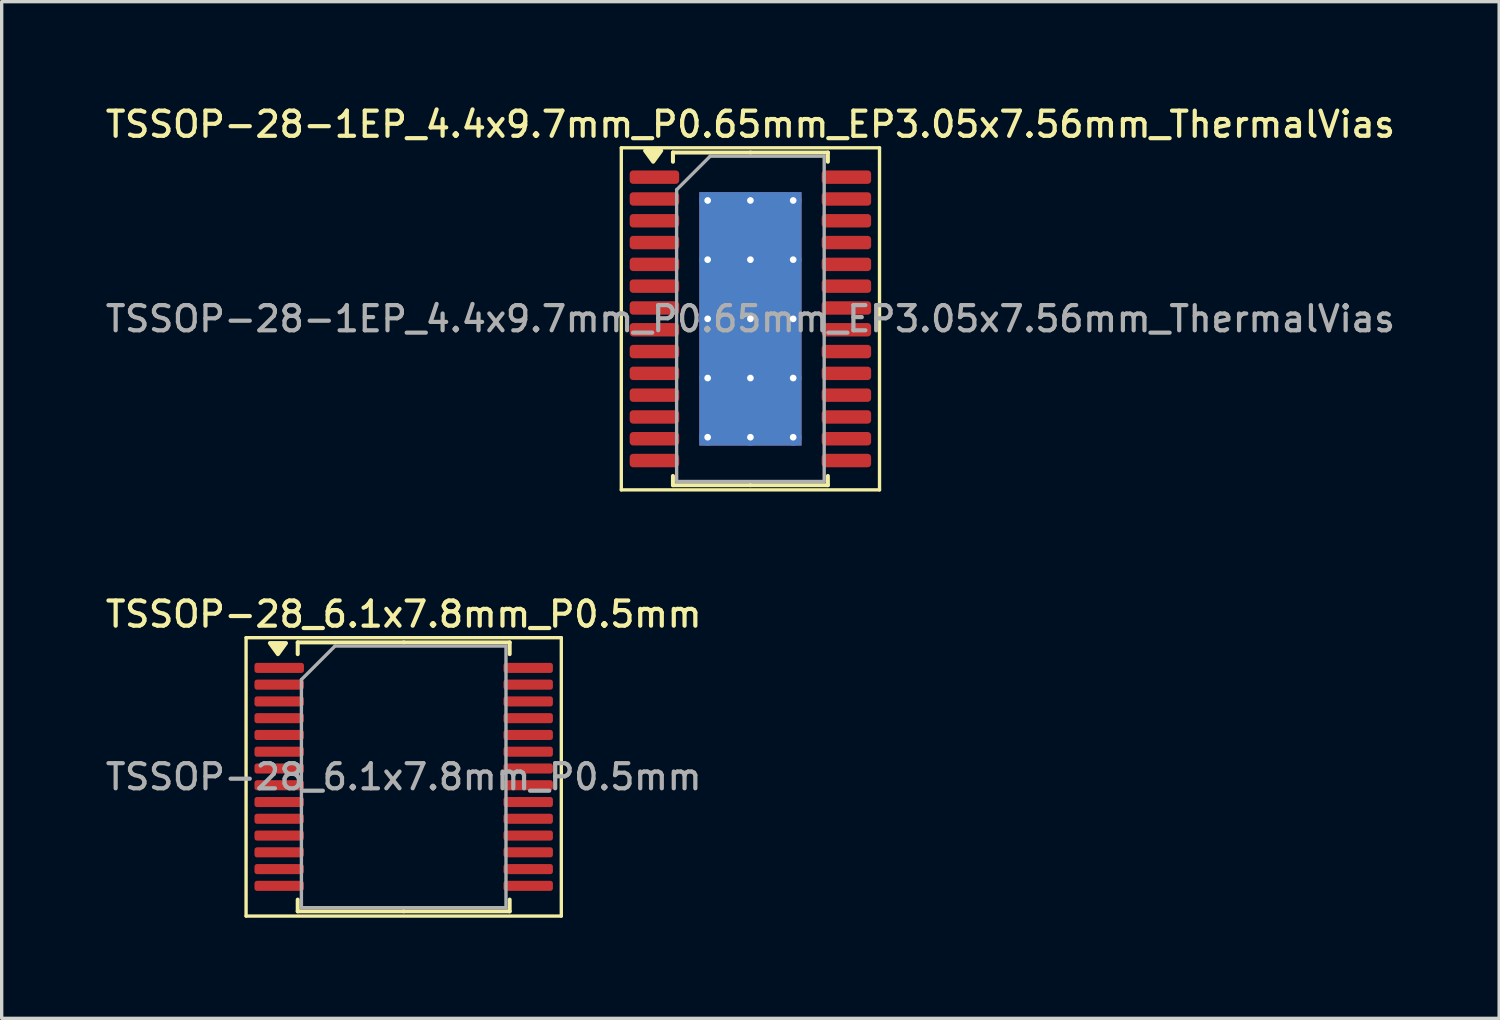
<source format=kicad_pcb>
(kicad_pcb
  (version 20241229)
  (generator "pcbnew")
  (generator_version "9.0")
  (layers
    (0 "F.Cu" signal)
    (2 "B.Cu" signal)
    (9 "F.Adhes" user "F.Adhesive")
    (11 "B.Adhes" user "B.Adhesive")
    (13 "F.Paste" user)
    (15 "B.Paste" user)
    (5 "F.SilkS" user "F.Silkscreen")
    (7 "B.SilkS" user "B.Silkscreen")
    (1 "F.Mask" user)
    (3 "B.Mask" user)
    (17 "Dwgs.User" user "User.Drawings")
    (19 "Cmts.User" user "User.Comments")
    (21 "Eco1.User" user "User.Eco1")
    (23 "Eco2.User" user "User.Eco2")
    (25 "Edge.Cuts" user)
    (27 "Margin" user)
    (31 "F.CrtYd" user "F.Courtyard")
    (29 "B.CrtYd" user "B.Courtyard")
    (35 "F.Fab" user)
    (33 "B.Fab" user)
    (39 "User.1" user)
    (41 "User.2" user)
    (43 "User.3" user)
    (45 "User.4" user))
  (footprint "TSSOP-28-1EP_4.4x9.7mm_P0.65mm_EP3.05x7.56mm_ThermalVias"
    (layer "F.Cu")
    (at 19.327 6.458)
    (property "Reference" "TSSOP-28-1EP_4.4x9.7mm_P0.65mm_EP3.05x7.56mm_ThermalVias" (at 0 -5.8 0) (layer "F.SilkS") (effects (font (size 0.75 0.75) (thickness 0.125))))
    (attr smd)
    (fp_line (start -3.85 -5.1) (end -3.85 5.1) (stroke (width 0.1) (type solid)) (layer "F.SilkS"))
    (fp_line (start -3.85 5.1) (end 3.85 5.1) (stroke (width 0.1) (type solid)) (layer "F.SilkS"))
    (fp_line (start -2.31 -4.96) (end -2.31 -4.685) (stroke (width 0.12) (type solid)) (layer "F.SilkS"))
    (fp_line (start -2.31 4.96) (end -2.31 4.685) (stroke (width 0.12) (type solid)) (layer "F.SilkS"))
    (fp_line (start 0 -4.96) (end -2.31 -4.96) (stroke (width 0.12) (type solid)) (layer "F.SilkS"))
    (fp_line (start 0 -4.96) (end 2.31 -4.96) (stroke (width 0.12) (type solid)) (layer "F.SilkS"))
    (fp_line (start 0 4.96) (end -2.31 4.96) (stroke (width 0.12) (type solid)) (layer "F.SilkS"))
    (fp_line (start 0 4.96) (end 2.31 4.96) (stroke (width 0.12) (type solid)) (layer "F.SilkS"))
    (fp_line (start 2.31 -4.96) (end 2.31 -4.685) (stroke (width 0.12) (type solid)) (layer "F.SilkS"))
    (fp_line (start 2.31 4.96) (end 2.31 4.685) (stroke (width 0.12) (type solid)) (layer "F.SilkS"))
    (fp_line (start 3.85 -5.1) (end -3.85 -5.1) (stroke (width 0.1) (type solid)) (layer "F.SilkS"))
    (fp_line (start 3.85 5.1) (end 3.85 -5.1) (stroke (width 0.1) (type solid)) (layer "F.SilkS"))
    (fp_poly (pts (xy -2.9 -4.685) (xy -3.14 -5.015) (xy -2.66 -5.015) (xy -2.9 -4.685)) (stroke (width 0.12) (type solid)) (fill yes) (layer "F.SilkS"))
    (fp_line (start -2.2 -3.85) (end -1.2 -4.85) (stroke (width 0.1) (type solid)) (layer "F.Fab"))
    (fp_line (start -2.2 4.85) (end -2.2 -3.85) (stroke (width 0.1) (type solid)) (layer "F.Fab"))
    (fp_line (start -1.2 -4.85) (end 2.2 -4.85) (stroke (width 0.1) (type solid)) (layer "F.Fab"))
    (fp_line (start 2.2 -4.85) (end 2.2 4.85) (stroke (width 0.1) (type solid)) (layer "F.Fab"))
    (fp_line (start 2.2 4.85) (end -2.2 4.85) (stroke (width 0.1) (type solid)) (layer "F.Fab"))
    (fp_text user "${REFERENCE}" (at 0 0 0) (layer "F.Fab") (effects (font (size 0.75 0.75) (thickness 0.125))))
    (pad "" smd roundrect (at -0.76 -2.835) (size 1.23 1.52) (layers "F.Paste") (roundrect_rratio 0.203))
    (pad "" smd roundrect (at -0.76 -0.945) (size 1.23 1.52) (layers "F.Paste") (roundrect_rratio 0.203))
    (pad "" smd roundrect (at -0.76 0.945) (size 1.23 1.52) (layers "F.Paste") (roundrect_rratio 0.203))
    (pad "" smd roundrect (at -0.76 2.835) (size 1.23 1.52) (layers "F.Paste") (roundrect_rratio 0.203))
    (pad "" smd roundrect (at 0.76 -2.835) (size 1.23 1.52) (layers "F.Paste") (roundrect_rratio 0.203))
    (pad "" smd roundrect (at 0.76 -0.945) (size 1.23 1.52) (layers "F.Paste") (roundrect_rratio 0.203))
    (pad "" smd roundrect (at 0.76 0.945) (size 1.23 1.52) (layers "F.Paste") (roundrect_rratio 0.203))
    (pad "" smd roundrect (at 0.76 2.835) (size 1.23 1.52) (layers "F.Paste") (roundrect_rratio 0.203))
    (pad "1" smd roundrect (at -2.862 -4.225) (size 1.475 0.4) (layers "F.Cu" "F.Mask" "F.Paste") (roundrect_rratio 0.25))
    (pad "2" smd roundrect (at -2.862 -3.575) (size 1.475 0.4) (layers "F.Cu" "F.Mask" "F.Paste") (roundrect_rratio 0.25))
    (pad "3" smd roundrect (at -2.862 -2.925) (size 1.475 0.4) (layers "F.Cu" "F.Mask" "F.Paste") (roundrect_rratio 0.25))
    (pad "4" smd roundrect (at -2.862 -2.275) (size 1.475 0.4) (layers "F.Cu" "F.Mask" "F.Paste") (roundrect_rratio 0.25))
    (pad "5" smd roundrect (at -2.862 -1.625) (size 1.475 0.4) (layers "F.Cu" "F.Mask" "F.Paste") (roundrect_rratio 0.25))
    (pad "6" smd roundrect (at -2.862 -0.975) (size 1.475 0.4) (layers "F.Cu" "F.Mask" "F.Paste") (roundrect_rratio 0.25))
    (pad "7" smd roundrect (at -2.862 -0.325) (size 1.475 0.4) (layers "F.Cu" "F.Mask" "F.Paste") (roundrect_rratio 0.25))
    (pad "8" smd roundrect (at -2.862 0.325) (size 1.475 0.4) (layers "F.Cu" "F.Mask" "F.Paste") (roundrect_rratio 0.25))
    (pad "9" smd roundrect (at -2.862 0.975) (size 1.475 0.4) (layers "F.Cu" "F.Mask" "F.Paste") (roundrect_rratio 0.25))
    (pad "10" smd roundrect (at -2.862 1.625) (size 1.475 0.4) (layers "F.Cu" "F.Mask" "F.Paste") (roundrect_rratio 0.25))
    (pad "11" smd roundrect (at -2.862 2.275) (size 1.475 0.4) (layers "F.Cu" "F.Mask" "F.Paste") (roundrect_rratio 0.25))
    (pad "12" smd roundrect (at -2.862 2.925) (size 1.475 0.4) (layers "F.Cu" "F.Mask" "F.Paste") (roundrect_rratio 0.25))
    (pad "13" smd roundrect (at -2.862 3.575) (size 1.475 0.4) (layers "F.Cu" "F.Mask" "F.Paste") (roundrect_rratio 0.25))
    (pad "14" smd roundrect (at -2.862 4.225) (size 1.475 0.4) (layers "F.Cu" "F.Mask" "F.Paste") (roundrect_rratio 0.25))
    (pad "15" smd roundrect (at 2.862 4.225) (size 1.475 0.4) (layers "F.Cu" "F.Mask" "F.Paste") (roundrect_rratio 0.25))
    (pad "16" smd roundrect (at 2.862 3.575) (size 1.475 0.4) (layers "F.Cu" "F.Mask" "F.Paste") (roundrect_rratio 0.25))
    (pad "17" smd roundrect (at 2.862 2.925) (size 1.475 0.4) (layers "F.Cu" "F.Mask" "F.Paste") (roundrect_rratio 0.25))
    (pad "18" smd roundrect (at 2.862 2.275) (size 1.475 0.4) (layers "F.Cu" "F.Mask" "F.Paste") (roundrect_rratio 0.25))
    (pad "19" smd roundrect (at 2.862 1.625) (size 1.475 0.4) (layers "F.Cu" "F.Mask" "F.Paste") (roundrect_rratio 0.25))
    (pad "20" smd roundrect (at 2.862 0.975) (size 1.475 0.4) (layers "F.Cu" "F.Mask" "F.Paste") (roundrect_rratio 0.25))
    (pad "21" smd roundrect (at 2.862 0.325) (size 1.475 0.4) (layers "F.Cu" "F.Mask" "F.Paste") (roundrect_rratio 0.25))
    (pad "22" smd roundrect (at 2.862 -0.325) (size 1.475 0.4) (layers "F.Cu" "F.Mask" "F.Paste") (roundrect_rratio 0.25))
    (pad "23" smd roundrect (at 2.862 -0.975) (size 1.475 0.4) (layers "F.Cu" "F.Mask" "F.Paste") (roundrect_rratio 0.25))
    (pad "24" smd roundrect (at 2.862 -1.625) (size 1.475 0.4) (layers "F.Cu" "F.Mask" "F.Paste") (roundrect_rratio 0.25))
    (pad "25" smd roundrect (at 2.862 -2.275) (size 1.475 0.4) (layers "F.Cu" "F.Mask" "F.Paste") (roundrect_rratio 0.25))
    (pad "26" smd roundrect (at 2.862 -2.925) (size 1.475 0.4) (layers "F.Cu" "F.Mask" "F.Paste") (roundrect_rratio 0.25))
    (pad "27" smd roundrect (at 2.862 -3.575) (size 1.475 0.4) (layers "F.Cu" "F.Mask" "F.Paste") (roundrect_rratio 0.25))
    (pad "28" smd roundrect (at 2.862 -4.225) (size 1.475 0.4) (layers "F.Cu" "F.Mask" "F.Paste") (roundrect_rratio 0.25))
    (pad "29" thru_hole circle (at -1.275 -3.53) (size 0.5 0.5) (drill 0.2) (property pad_prop_heatsink) (layers "*.Cu"))
    (pad "29" thru_hole circle (at -1.275 -1.765) (size 0.5 0.5) (drill 0.2) (property pad_prop_heatsink) (layers "*.Cu"))
    (pad "29" thru_hole circle (at -1.275 0) (size 0.5 0.5) (drill 0.2) (property pad_prop_heatsink) (layers "*.Cu"))
    (pad "29" thru_hole circle (at -1.275 1.765) (size 0.5 0.5) (drill 0.2) (property pad_prop_heatsink) (layers "*.Cu"))
    (pad "29" thru_hole circle (at -1.275 3.53) (size 0.5 0.5) (drill 0.2) (property pad_prop_heatsink) (layers "*.Cu"))
    (pad "29" thru_hole circle (at 0 -3.53) (size 0.5 0.5) (drill 0.2) (property pad_prop_heatsink) (layers "*.Cu"))
    (pad "29" thru_hole circle (at 0 -1.765) (size 0.5 0.5) (drill 0.2) (property pad_prop_heatsink) (layers "*.Cu"))
    (pad "29" thru_hole circle (at 0 0) (size 0.5 0.5) (drill 0.2) (property pad_prop_heatsink) (layers "*.Cu"))
    (pad "29" smd rect (at 0 0) (size 3.05 7.56) (property pad_prop_heatsink) (layers "F.Cu" "F.Mask"))
    (pad "29" smd rect (at 0 0) (size 3.05 7.56) (property pad_prop_heatsink) (layers "B.Cu"))
    (pad "29" thru_hole circle (at 0 1.765) (size 0.5 0.5) (drill 0.2) (property pad_prop_heatsink) (layers "*.Cu"))
    (pad "29" thru_hole circle (at 0 3.53) (size 0.5 0.5) (drill 0.2) (property pad_prop_heatsink) (layers "*.Cu"))
    (pad "29" thru_hole circle (at 1.275 -3.53) (size 0.5 0.5) (drill 0.2) (property pad_prop_heatsink) (layers "*.Cu"))
    (pad "29" thru_hole circle (at 1.275 -1.765) (size 0.5 0.5) (drill 0.2) (property pad_prop_heatsink) (layers "*.Cu"))
    (pad "29" thru_hole circle (at 1.275 0) (size 0.5 0.5) (drill 0.2) (property pad_prop_heatsink) (layers "*.Cu"))
    (pad "29" thru_hole circle (at 1.275 1.765) (size 0.5 0.5) (drill 0.2) (property pad_prop_heatsink) (layers "*.Cu"))
    (pad "29" thru_hole circle (at 1.275 3.53) (size 0.5 0.5) (drill 0.2) (property pad_prop_heatsink) (layers "*.Cu")))
  (footprint "TSSOP-28_6.1x7.8mm_P0.5mm"
    (layer "F.Cu")
    (at 8.988 20.116)
    (property "Reference" "TSSOP-28_6.1x7.8mm_P0.5mm" (at 0 -4.85 0) (layer "F.SilkS") (effects (font (size 0.75 0.75) (thickness 0.125))))
    (attr smd)
    (fp_line (start -4.7 -4.15) (end -4.7 4.15) (stroke (width 0.1) (type solid)) (layer "F.SilkS"))
    (fp_line (start -4.7 4.15) (end 4.7 4.15) (stroke (width 0.1) (type solid)) (layer "F.SilkS"))
    (fp_line (start -3.16 -4.01) (end -3.16 -3.66) (stroke (width 0.12) (type solid)) (layer "F.SilkS"))
    (fp_line (start -3.16 4.01) (end -3.16 3.66) (stroke (width 0.12) (type solid)) (layer "F.SilkS"))
    (fp_line (start 0 -4.01) (end -3.16 -4.01) (stroke (width 0.12) (type solid)) (layer "F.SilkS"))
    (fp_line (start 0 -4.01) (end 3.16 -4.01) (stroke (width 0.12) (type solid)) (layer "F.SilkS"))
    (fp_line (start 0 4.01) (end -3.16 4.01) (stroke (width 0.12) (type solid)) (layer "F.SilkS"))
    (fp_line (start 0 4.01) (end 3.16 4.01) (stroke (width 0.12) (type solid)) (layer "F.SilkS"))
    (fp_line (start 3.16 -4.01) (end 3.16 -3.66) (stroke (width 0.12) (type solid)) (layer "F.SilkS"))
    (fp_line (start 3.16 4.01) (end 3.16 3.66) (stroke (width 0.12) (type solid)) (layer "F.SilkS"))
    (fp_line (start 4.7 -4.15) (end -4.7 -4.15) (stroke (width 0.1) (type solid)) (layer "F.SilkS"))
    (fp_line (start 4.7 4.15) (end 4.7 -4.15) (stroke (width 0.1) (type solid)) (layer "F.SilkS"))
    (fp_poly (pts (xy -3.75 -3.66) (xy -3.99 -3.99) (xy -3.51 -3.99) (xy -3.75 -3.66)) (stroke (width 0.12) (type solid)) (fill yes) (layer "F.SilkS"))
    (fp_line (start -3.05 -2.9) (end -2.05 -3.9) (stroke (width 0.1) (type solid)) (layer "F.Fab"))
    (fp_line (start -3.05 3.9) (end -3.05 -2.9) (stroke (width 0.1) (type solid)) (layer "F.Fab"))
    (fp_line (start -2.05 -3.9) (end 3.05 -3.9) (stroke (width 0.1) (type solid)) (layer "F.Fab"))
    (fp_line (start 3.05 -3.9) (end 3.05 3.9) (stroke (width 0.1) (type solid)) (layer "F.Fab"))
    (fp_line (start 3.05 3.9) (end -3.05 3.9) (stroke (width 0.1) (type solid)) (layer "F.Fab"))
    (fp_text user "${REFERENCE}" (at 0 0 0) (layer "F.Fab") (effects (font (size 0.75 0.75) (thickness 0.125))))
    (pad "1" smd roundrect (at -3.712 -3.25) (size 1.475 0.3) (layers "F.Cu" "F.Mask" "F.Paste") (roundrect_rratio 0.25))
    (pad "2" smd roundrect (at -3.712 -2.75) (size 1.475 0.3) (layers "F.Cu" "F.Mask" "F.Paste") (roundrect_rratio 0.25))
    (pad "3" smd roundrect (at -3.712 -2.25) (size 1.475 0.3) (layers "F.Cu" "F.Mask" "F.Paste") (roundrect_rratio 0.25))
    (pad "4" smd roundrect (at -3.712 -1.75) (size 1.475 0.3) (layers "F.Cu" "F.Mask" "F.Paste") (roundrect_rratio 0.25))
    (pad "5" smd roundrect (at -3.712 -1.25) (size 1.475 0.3) (layers "F.Cu" "F.Mask" "F.Paste") (roundrect_rratio 0.25))
    (pad "6" smd roundrect (at -3.712 -0.75) (size 1.475 0.3) (layers "F.Cu" "F.Mask" "F.Paste") (roundrect_rratio 0.25))
    (pad "7" smd roundrect (at -3.712 -0.25) (size 1.475 0.3) (layers "F.Cu" "F.Mask" "F.Paste") (roundrect_rratio 0.25))
    (pad "8" smd roundrect (at -3.712 0.25) (size 1.475 0.3) (layers "F.Cu" "F.Mask" "F.Paste") (roundrect_rratio 0.25))
    (pad "9" smd roundrect (at -3.712 0.75) (size 1.475 0.3) (layers "F.Cu" "F.Mask" "F.Paste") (roundrect_rratio 0.25))
    (pad "10" smd roundrect (at -3.712 1.25) (size 1.475 0.3) (layers "F.Cu" "F.Mask" "F.Paste") (roundrect_rratio 0.25))
    (pad "11" smd roundrect (at -3.712 1.75) (size 1.475 0.3) (layers "F.Cu" "F.Mask" "F.Paste") (roundrect_rratio 0.25))
    (pad "12" smd roundrect (at -3.712 2.25) (size 1.475 0.3) (layers "F.Cu" "F.Mask" "F.Paste") (roundrect_rratio 0.25))
    (pad "13" smd roundrect (at -3.712 2.75) (size 1.475 0.3) (layers "F.Cu" "F.Mask" "F.Paste") (roundrect_rratio 0.25))
    (pad "14" smd roundrect (at -3.712 3.25) (size 1.475 0.3) (layers "F.Cu" "F.Mask" "F.Paste") (roundrect_rratio 0.25))
    (pad "15" smd roundrect (at 3.712 3.25) (size 1.475 0.3) (layers "F.Cu" "F.Mask" "F.Paste") (roundrect_rratio 0.25))
    (pad "16" smd roundrect (at 3.712 2.75) (size 1.475 0.3) (layers "F.Cu" "F.Mask" "F.Paste") (roundrect_rratio 0.25))
    (pad "17" smd roundrect (at 3.712 2.25) (size 1.475 0.3) (layers "F.Cu" "F.Mask" "F.Paste") (roundrect_rratio 0.25))
    (pad "18" smd roundrect (at 3.712 1.75) (size 1.475 0.3) (layers "F.Cu" "F.Mask" "F.Paste") (roundrect_rratio 0.25))
    (pad "19" smd roundrect (at 3.712 1.25) (size 1.475 0.3) (layers "F.Cu" "F.Mask" "F.Paste") (roundrect_rratio 0.25))
    (pad "20" smd roundrect (at 3.712 0.75) (size 1.475 0.3) (layers "F.Cu" "F.Mask" "F.Paste") (roundrect_rratio 0.25))
    (pad "21" smd roundrect (at 3.712 0.25) (size 1.475 0.3) (layers "F.Cu" "F.Mask" "F.Paste") (roundrect_rratio 0.25))
    (pad "22" smd roundrect (at 3.712 -0.25) (size 1.475 0.3) (layers "F.Cu" "F.Mask" "F.Paste") (roundrect_rratio 0.25))
    (pad "23" smd roundrect (at 3.712 -0.75) (size 1.475 0.3) (layers "F.Cu" "F.Mask" "F.Paste") (roundrect_rratio 0.25))
    (pad "24" smd roundrect (at 3.712 -1.25) (size 1.475 0.3) (layers "F.Cu" "F.Mask" "F.Paste") (roundrect_rratio 0.25))
    (pad "25" smd roundrect (at 3.712 -1.75) (size 1.475 0.3) (layers "F.Cu" "F.Mask" "F.Paste") (roundrect_rratio 0.25))
    (pad "26" smd roundrect (at 3.712 -2.25) (size 1.475 0.3) (layers "F.Cu" "F.Mask" "F.Paste") (roundrect_rratio 0.25))
    (pad "27" smd roundrect (at 3.712 -2.75) (size 1.475 0.3) (layers "F.Cu" "F.Mask" "F.Paste") (roundrect_rratio 0.25))
    (pad "28" smd roundrect (at 3.712 -3.25) (size 1.475 0.3) (layers "F.Cu" "F.Mask" "F.Paste") (roundrect_rratio 0.25)))
  (gr_rect
    (start -3 -3)
    (end 41.654 27.316)
    (stroke (width 0.1) (type default))
    (fill no)
    (layer "Edge.Cuts")))
</source>
